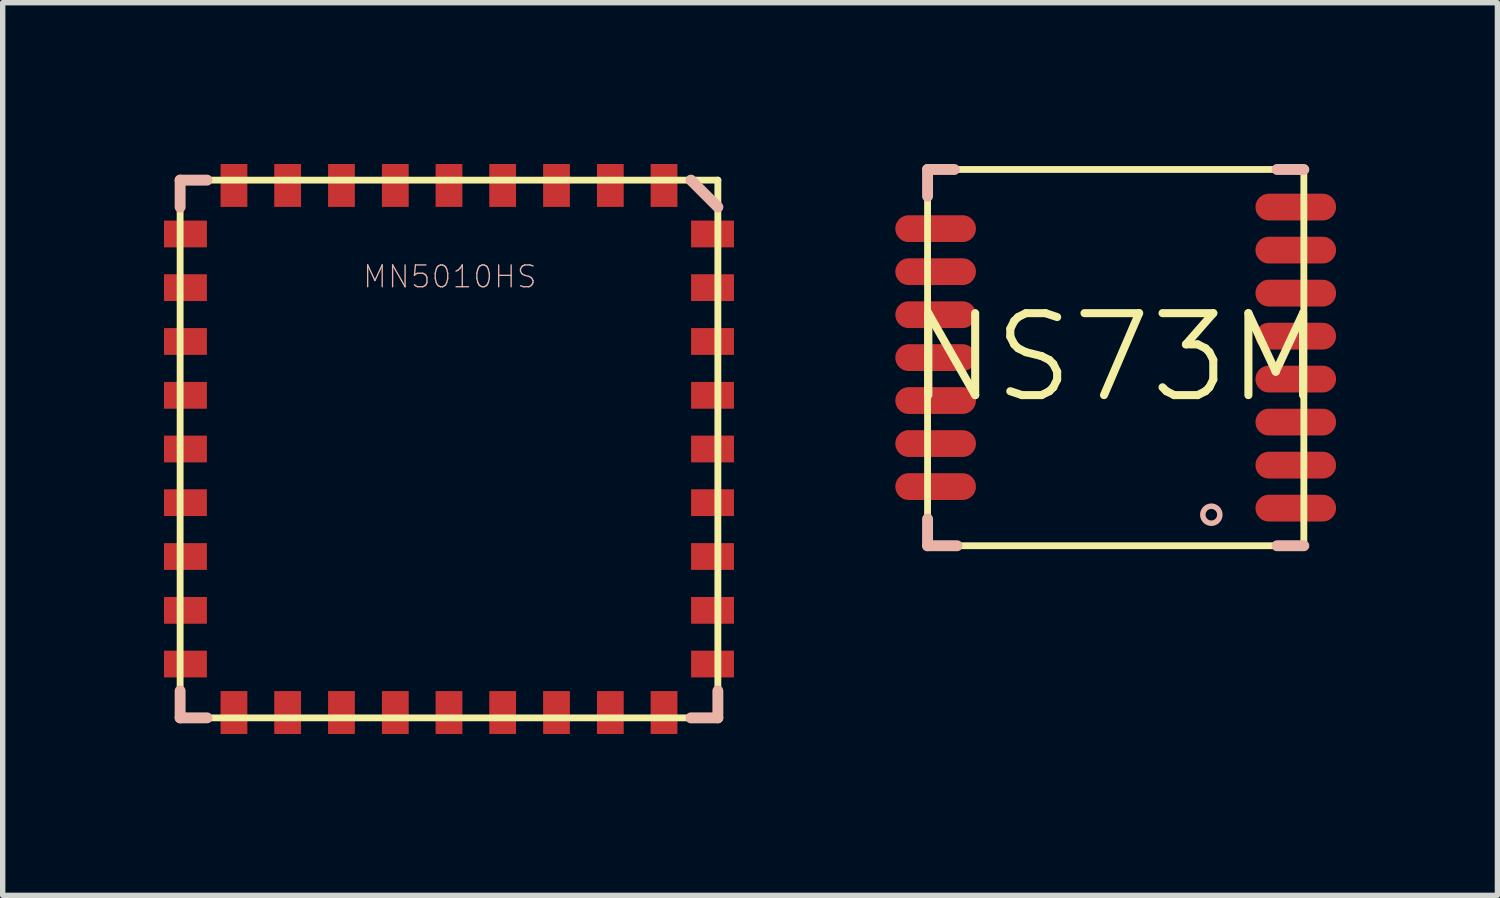
<source format=kicad_pcb>
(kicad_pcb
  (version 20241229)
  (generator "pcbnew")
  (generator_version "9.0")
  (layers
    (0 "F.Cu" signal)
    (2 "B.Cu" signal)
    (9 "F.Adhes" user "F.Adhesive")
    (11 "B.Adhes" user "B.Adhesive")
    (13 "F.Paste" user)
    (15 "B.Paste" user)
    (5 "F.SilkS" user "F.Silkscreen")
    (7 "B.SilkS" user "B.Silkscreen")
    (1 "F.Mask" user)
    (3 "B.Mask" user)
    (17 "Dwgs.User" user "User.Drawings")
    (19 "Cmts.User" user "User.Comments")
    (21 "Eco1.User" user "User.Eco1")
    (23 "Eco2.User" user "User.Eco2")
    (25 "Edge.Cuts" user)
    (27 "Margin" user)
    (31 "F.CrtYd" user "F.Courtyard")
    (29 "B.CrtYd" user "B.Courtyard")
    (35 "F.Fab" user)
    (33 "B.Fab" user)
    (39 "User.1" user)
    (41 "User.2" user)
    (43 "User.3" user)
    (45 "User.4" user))
  (footprint "NS73M"
    (layer "F.Cu")
    (at 17.694 3.599)
    (property "Reference" "NS73M" (at 0 0 0) (layer "F.SilkS") (effects (font (size 1.524 1.524) (thickness 0.15))))
    (attr smd)
    (fp_line (start -3.498 -3.498) (end 3.498 -3.498) (stroke (width 0.127) (type solid)) (layer "F.SilkS"))
    (fp_line (start -3.498 3.498) (end -3.498 -3.498) (stroke (width 0.127) (type solid)) (layer "F.SilkS"))
    (fp_line (start 3.498 -3.498) (end 3.498 3.498) (stroke (width 0.127) (type solid)) (layer "F.SilkS"))
    (fp_line (start 3.498 3.498) (end -3.498 3.498) (stroke (width 0.127) (type solid)) (layer "F.SilkS"))
    (fp_line (start -3.498 -3.498) (end -3.498 -3) (stroke (width 0.203) (type solid)) (layer "B.SilkS"))
    (fp_line (start -3.498 -3.498) (end -3 -3.498) (stroke (width 0.203) (type solid)) (layer "B.SilkS"))
    (fp_line (start -3.498 3.498) (end -3.498 3) (stroke (width 0.203) (type solid)) (layer "B.SilkS"))
    (fp_line (start -3.498 3.498) (end -2.949 3.498) (stroke (width 0.203) (type solid)) (layer "B.SilkS"))
    (fp_line (start 3 -3.498) (end 3.498 -3.498) (stroke (width 0.203) (type solid)) (layer "B.SilkS"))
    (fp_line (start 3 3.498) (end 3.498 3.498) (stroke (width 0.203) (type solid)) (layer "B.SilkS"))
    (fp_circle (center 1.778 2.921) (end 1.89 3.033) (stroke (width 0.102) (type solid)) (fill no) (layer "B.SilkS"))
    (pad "1" smd oval (at 3.348 2.799) (size 1.499 0.498) (layers "F.Cu" "F.Mask" "F.Paste"))
    (pad "2" smd oval (at 3.348 1.999) (size 1.499 0.498) (layers "F.Cu" "F.Mask" "F.Paste"))
    (pad "3" smd oval (at 3.348 1.199) (size 1.499 0.498) (layers "F.Cu" "F.Mask" "F.Paste"))
    (pad "4" smd oval (at 3.348 0.399) (size 1.499 0.498) (layers "F.Cu" "F.Mask" "F.Paste"))
    (pad "5" smd oval (at 3.348 -0.399) (size 1.499 0.498) (layers "F.Cu" "F.Mask" "F.Paste"))
    (pad "6" smd oval (at 3.348 -1.199) (size 1.499 0.498) (layers "F.Cu" "F.Mask" "F.Paste"))
    (pad "7" smd oval (at 3.348 -1.999) (size 1.499 0.498) (layers "F.Cu" "F.Mask" "F.Paste"))
    (pad "8" smd oval (at 3.348 -2.799) (size 1.499 0.498) (layers "F.Cu" "F.Mask" "F.Paste"))
    (pad "9" smd oval (at -3.348 -2.398) (size 1.499 0.498) (layers "F.Cu" "F.Mask" "F.Paste"))
    (pad "10" smd oval (at -3.348 -1.598) (size 1.499 0.498) (layers "F.Cu" "F.Mask" "F.Paste"))
    (pad "11" smd oval (at -3.348 -0.798) (size 1.499 0.498) (layers "F.Cu" "F.Mask" "F.Paste"))
    (pad "12" smd oval (at -3.348 0) (size 1.499 0.498) (layers "F.Cu" "F.Mask" "F.Paste"))
    (pad "13" smd oval (at -3.348 0.798) (size 1.499 0.498) (layers "F.Cu" "F.Mask" "F.Paste"))
    (pad "14" smd oval (at -3.348 1.598) (size 1.499 0.498) (layers "F.Cu" "F.Mask" "F.Paste"))
    (pad "15" smd oval (at -3.348 2.398) (size 1.499 0.498) (layers "F.Cu" "F.Mask" "F.Paste")))
  (footprint "MN5010HS"
    (layer "F.Cu")
    (at 5.298 5.298)
    (property "Reference" "MN5010HS" (at 0.015 -3.203 0) (layer "B.SilkS") (effects (font (size 0.406 0.406) (thickness 0.025))))
    (attr smd)
    (fp_line (start -4.999 -4.999) (end -4.999 4.999) (stroke (width 0.127) (type solid)) (layer "F.SilkS"))
    (fp_line (start -4.999 4.999) (end 4.999 4.999) (stroke (width 0.127) (type solid)) (layer "F.SilkS"))
    (fp_line (start 4.999 -4.999) (end -4.999 -4.999) (stroke (width 0.127) (type solid)) (layer "F.SilkS"))
    (fp_line (start 4.999 4.999) (end 4.999 -4.999) (stroke (width 0.127) (type solid)) (layer "F.SilkS"))
    (fp_line (start -4.999 -4.999) (end -4.999 -4.498) (stroke (width 0.203) (type solid)) (layer "B.SilkS"))
    (fp_line (start -4.999 4.498) (end -4.999 4.999) (stroke (width 0.203) (type solid)) (layer "B.SilkS"))
    (fp_line (start -4.999 4.999) (end -4.498 4.999) (stroke (width 0.203) (type solid)) (layer "B.SilkS"))
    (fp_line (start -4.498 -4.999) (end -4.999 -4.999) (stroke (width 0.203) (type solid)) (layer "B.SilkS"))
    (fp_line (start 4.498 -4.999) (end 4.999 -4.498) (stroke (width 0.203) (type solid)) (layer "B.SilkS"))
    (fp_line (start 4.498 4.999) (end 4.999 4.999) (stroke (width 0.203) (type solid)) (layer "B.SilkS"))
    (fp_line (start 4.999 4.999) (end 4.999 4.498) (stroke (width 0.203) (type solid)) (layer "B.SilkS"))
    (pad "1" smd rect (at 4.9 -3.998 90) (size 0.498 0.798) (layers "F.Cu" "F.Mask" "F.Paste"))
    (pad "2" smd rect (at 4.9 -3 90) (size 0.498 0.798) (layers "F.Cu" "F.Mask" "F.Paste"))
    (pad "3" smd rect (at 4.9 -1.999 90) (size 0.498 0.798) (layers "F.Cu" "F.Mask" "F.Paste"))
    (pad "4" smd rect (at 4.9 -0.998 90) (size 0.498 0.798) (layers "F.Cu" "F.Mask" "F.Paste"))
    (pad "5" smd rect (at 4.9 0 90) (size 0.498 0.798) (layers "F.Cu" "F.Mask" "F.Paste"))
    (pad "6" smd rect (at 4.9 0.998 90) (size 0.498 0.798) (layers "F.Cu" "F.Mask" "F.Paste"))
    (pad "7" smd rect (at 4.9 1.999 90) (size 0.498 0.798) (layers "F.Cu" "F.Mask" "F.Paste"))
    (pad "8" smd rect (at 4.9 3 90) (size 0.498 0.798) (layers "F.Cu" "F.Mask" "F.Paste"))
    (pad "9" smd rect (at 4.9 3.998 90) (size 0.498 0.798) (layers "F.Cu" "F.Mask" "F.Paste"))
    (pad "10" smd rect (at 3.998 4.9) (size 0.498 0.798) (layers "F.Cu" "F.Mask" "F.Paste"))
    (pad "11" smd rect (at 3 4.9) (size 0.498 0.798) (layers "F.Cu" "F.Mask" "F.Paste"))
    (pad "12" smd rect (at 1.999 4.9) (size 0.498 0.798) (layers "F.Cu" "F.Mask" "F.Paste"))
    (pad "13" smd rect (at 0.998 4.9) (size 0.498 0.798) (layers "F.Cu" "F.Mask" "F.Paste"))
    (pad "14" smd rect (at 0 4.9) (size 0.498 0.798) (layers "F.Cu" "F.Mask" "F.Paste"))
    (pad "15" smd rect (at -0.998 4.9) (size 0.498 0.798) (layers "F.Cu" "F.Mask" "F.Paste"))
    (pad "16" smd rect (at -1.999 4.9) (size 0.498 0.798) (layers "F.Cu" "F.Mask" "F.Paste"))
    (pad "17" smd rect (at -3 4.9) (size 0.498 0.798) (layers "F.Cu" "F.Mask" "F.Paste"))
    (pad "18" smd rect (at -3.998 4.9) (size 0.498 0.798) (layers "F.Cu" "F.Mask" "F.Paste"))
    (pad "19" smd rect (at -4.9 3.998 270) (size 0.498 0.798) (layers "F.Cu" "F.Mask" "F.Paste"))
    (pad "20" smd rect (at -4.9 3 270) (size 0.498 0.798) (layers "F.Cu" "F.Mask" "F.Paste"))
    (pad "21" smd rect (at -4.9 1.999 270) (size 0.498 0.798) (layers "F.Cu" "F.Mask" "F.Paste"))
    (pad "22" smd rect (at -4.9 0.998 270) (size 0.498 0.798) (layers "F.Cu" "F.Mask" "F.Paste"))
    (pad "23" smd rect (at -4.9 0 270) (size 0.498 0.798) (layers "F.Cu" "F.Mask" "F.Paste"))
    (pad "24" smd rect (at -4.9 -0.998 270) (size 0.498 0.798) (layers "F.Cu" "F.Mask" "F.Paste"))
    (pad "25" smd rect (at -4.9 -1.999 270) (size 0.498 0.798) (layers "F.Cu" "F.Mask" "F.Paste"))
    (pad "26" smd rect (at -4.9 -3 270) (size 0.498 0.798) (layers "F.Cu" "F.Mask" "F.Paste"))
    (pad "27" smd rect (at -4.9 -3.998 270) (size 0.498 0.798) (layers "F.Cu" "F.Mask" "F.Paste"))
    (pad "28" smd rect (at -3.998 -4.9 180) (size 0.498 0.798) (layers "F.Cu" "F.Mask" "F.Paste"))
    (pad "29" smd rect (at -3 -4.9 180) (size 0.498 0.798) (layers "F.Cu" "F.Mask" "F.Paste"))
    (pad "30" smd rect (at -1.999 -4.9 180) (size 0.498 0.798) (layers "F.Cu" "F.Mask" "F.Paste"))
    (pad "31" smd rect (at -0.998 -4.9 180) (size 0.498 0.798) (layers "F.Cu" "F.Mask" "F.Paste"))
    (pad "32" smd rect (at 0 -4.9 180) (size 0.498 0.798) (layers "F.Cu" "F.Mask" "F.Paste"))
    (pad "33" smd rect (at 0.998 -4.9 180) (size 0.498 0.798) (layers "F.Cu" "F.Mask" "F.Paste"))
    (pad "34" smd rect (at 1.999 -4.9 180) (size 0.498 0.798) (layers "F.Cu" "F.Mask" "F.Paste"))
    (pad "35" smd rect (at 3 -4.9 180) (size 0.498 0.798) (layers "F.Cu" "F.Mask" "F.Paste"))
    (pad "36" smd rect (at 3.998 -4.9 180) (size 0.498 0.798) (layers "F.Cu" "F.Mask" "F.Paste")))
  (gr_rect
    (start -3 -3)
    (end 24.791 13.597)
    (stroke (width 0.1) (type default))
    (fill no)
    (layer "Edge.Cuts")))
</source>
